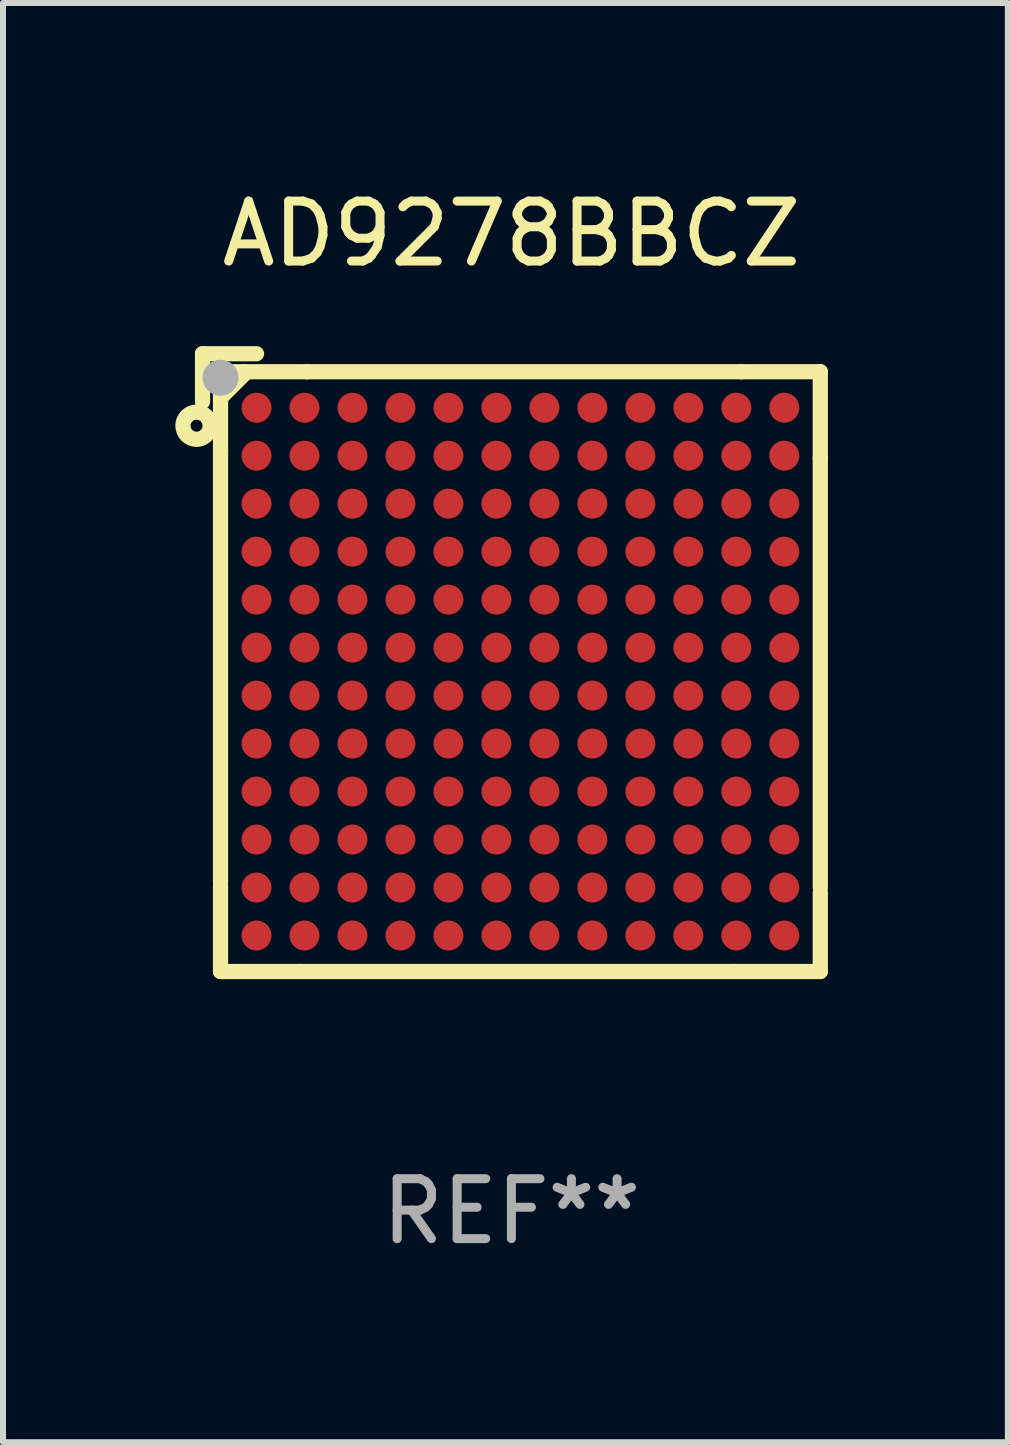
<source format=kicad_pcb>
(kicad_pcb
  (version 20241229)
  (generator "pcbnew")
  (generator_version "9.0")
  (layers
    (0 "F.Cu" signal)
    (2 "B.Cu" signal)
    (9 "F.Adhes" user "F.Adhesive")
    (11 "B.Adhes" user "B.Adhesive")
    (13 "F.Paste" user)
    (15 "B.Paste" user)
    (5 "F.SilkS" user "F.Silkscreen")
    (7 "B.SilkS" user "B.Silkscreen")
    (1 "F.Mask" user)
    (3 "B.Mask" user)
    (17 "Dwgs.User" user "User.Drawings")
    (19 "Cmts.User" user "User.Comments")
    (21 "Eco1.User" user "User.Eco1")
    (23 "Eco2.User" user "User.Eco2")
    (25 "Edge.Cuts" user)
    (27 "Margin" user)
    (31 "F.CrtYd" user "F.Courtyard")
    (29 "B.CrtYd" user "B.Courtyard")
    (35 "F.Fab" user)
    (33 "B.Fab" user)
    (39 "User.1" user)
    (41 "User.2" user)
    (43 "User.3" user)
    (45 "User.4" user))
  (footprint "AD9278BBCZ"
    (layer "F.Cu")
    (at 5.477 7.998)
    (property "Reference" "AD9278BBCZ" (at 0 -7.15 0) (layer "F.SilkS") (effects (font (size 1 1) (thickness 0.15))))
    (attr through_hole)
    (fp_line (start -5.15 -5.15) (end -5.15 -4.35) (stroke (width 0.254) (type solid)) (layer "F.SilkS"))
    (fp_line (start -4.85 -4.85) (end -4.85 -3.533) (stroke (width 0.254) (type solid)) (layer "F.SilkS"))
    (fp_line (start -4.85 -4.85) (end -3.406 -4.85) (stroke (width 0.254) (type solid)) (layer "F.SilkS"))
    (fp_line (start -4.85 -3.533) (end -4.85 3.65) (stroke (width 0.254) (type solid)) (layer "F.SilkS"))
    (fp_line (start -4.85 5.15) (end -4.85 3.706) (stroke (width 0.254) (type solid)) (layer "F.SilkS"))
    (fp_line (start -4.85 5.15) (end -3.533 5.15) (stroke (width 0.254) (type solid)) (layer "F.SilkS"))
    (fp_line (start -4.45 -4.85) (end -4.45 -4.814) (stroke (width 0.254) (type solid)) (layer "F.SilkS"))
    (fp_line (start -4.45 -4.814) (end -4.85 -4.414) (stroke (width 0.254) (type solid)) (layer "F.SilkS"))
    (fp_line (start -4.25 -5.15) (end -5.15 -5.15) (stroke (width 0.254) (type solid)) (layer "F.SilkS"))
    (fp_line (start -3.533 5.15) (end 3.706 5.15) (stroke (width 0.254) (type solid)) (layer "F.SilkS"))
    (fp_line (start -3.406 -4.85) (end 3.833 -4.85) (stroke (width 0.254) (type solid)) (layer "F.SilkS"))
    (fp_line (start 5.15 -4.85) (end 3.833 -4.85) (stroke (width 0.254) (type solid)) (layer "F.SilkS"))
    (fp_line (start 5.15 -4.85) (end 5.15 -3.406) (stroke (width 0.254) (type solid)) (layer "F.SilkS"))
    (fp_line (start 5.15 -3.406) (end 5.15 3.75) (stroke (width 0.254) (type solid)) (layer "F.SilkS"))
    (fp_line (start 5.15 5.15) (end 3.706 5.15) (stroke (width 0.254) (type solid)) (layer "F.SilkS"))
    (fp_line (start 5.15 5.15) (end 5.15 3.833) (stroke (width 0.254) (type solid)) (layer "F.SilkS"))
    (fp_circle (center -5.25 -3.95) (end -5.15 -3.95) (stroke (width 0.254) (type solid)) (fill no) (layer "F.SilkS"))
    (fp_circle (center -4.85 -4.85) (end -4.82 -4.85) (stroke (width 0.06) (type solid)) (fill no) (layer "F.SilkS"))
    (fp_circle (center -4.85 -4.75) (end -4.7 -4.75) (stroke (width 0.3) (type solid)) (fill no) (layer "F.Fab"))
    (fp_text user "REF**" (at 0 9.15 0) (layer "F.Fab") (effects (font (size 1 1) (thickness 0.15))))
    (pad "A1" smd circle (at -4.25 -4.25) (size 0.5 0.5) (layers "F.Cu" "F.Mask" "F.Paste"))
    (pad "A2" smd circle (at -3.45 -4.25) (size 0.5 0.5) (layers "F.Cu" "F.Mask" "F.Paste"))
    (pad "A3" smd circle (at -2.65 -4.25) (size 0.5 0.5) (layers "F.Cu" "F.Mask" "F.Paste"))
    (pad "A4" smd circle (at -1.85 -4.25) (size 0.5 0.5) (layers "F.Cu" "F.Mask" "F.Paste"))
    (pad "A5" smd circle (at -1.05 -4.25) (size 0.5 0.5) (layers "F.Cu" "F.Mask" "F.Paste"))
    (pad "A6" smd circle (at -0.25 -4.25) (size 0.5 0.5) (layers "F.Cu" "F.Mask" "F.Paste"))
    (pad "A7" smd circle (at 0.55 -4.25) (size 0.5 0.5) (layers "F.Cu" "F.Mask" "F.Paste"))
    (pad "A8" smd circle (at 1.35 -4.25) (size 0.5 0.5) (layers "F.Cu" "F.Mask" "F.Paste"))
    (pad "A9" smd circle (at 2.15 -4.25) (size 0.5 0.5) (layers "F.Cu" "F.Mask" "F.Paste"))
    (pad "A10" smd circle (at 2.95 -4.25) (size 0.5 0.5) (layers "F.Cu" "F.Mask" "F.Paste"))
    (pad "A11" smd circle (at 3.75 -4.25) (size 0.5 0.5) (layers "F.Cu" "F.Mask" "F.Paste"))
    (pad "A12" smd circle (at 4.55 -4.25) (size 0.5 0.5) (layers "F.Cu" "F.Mask" "F.Paste"))
    (pad "B1" smd circle (at -4.25 -3.45) (size 0.5 0.5) (layers "F.Cu" "F.Mask" "F.Paste"))
    (pad "B2" smd circle (at -3.45 -3.45) (size 0.5 0.5) (layers "F.Cu" "F.Mask" "F.Paste"))
    (pad "B3" smd circle (at -2.65 -3.45) (size 0.5 0.5) (layers "F.Cu" "F.Mask" "F.Paste"))
    (pad "B4" smd circle (at -1.85 -3.45) (size 0.5 0.5) (layers "F.Cu" "F.Mask" "F.Paste"))
    (pad "B5" smd circle (at -1.05 -3.45) (size 0.5 0.5) (layers "F.Cu" "F.Mask" "F.Paste"))
    (pad "B6" smd circle (at -0.25 -3.45) (size 0.5 0.5) (layers "F.Cu" "F.Mask" "F.Paste"))
    (pad "B7" smd circle (at 0.55 -3.45) (size 0.5 0.5) (layers "F.Cu" "F.Mask" "F.Paste"))
    (pad "B8" smd circle (at 1.35 -3.45) (size 0.5 0.5) (layers "F.Cu" "F.Mask" "F.Paste"))
    (pad "B9" smd circle (at 2.15 -3.45) (size 0.5 0.5) (layers "F.Cu" "F.Mask" "F.Paste"))
    (pad "B10" smd circle (at 2.95 -3.45) (size 0.5 0.5) (layers "F.Cu" "F.Mask" "F.Paste"))
    (pad "B11" smd circle (at 3.75 -3.45) (size 0.5 0.5) (layers "F.Cu" "F.Mask" "F.Paste"))
    (pad "B12" smd circle (at 4.55 -3.45) (size 0.5 0.5) (layers "F.Cu" "F.Mask" "F.Paste"))
    (pad "C1" smd circle (at -4.25 -2.65) (size 0.5 0.5) (layers "F.Cu" "F.Mask" "F.Paste"))
    (pad "C2" smd circle (at -3.45 -2.65) (size 0.5 0.5) (layers "F.Cu" "F.Mask" "F.Paste"))
    (pad "C3" smd circle (at -2.65 -2.65) (size 0.5 0.5) (layers "F.Cu" "F.Mask" "F.Paste"))
    (pad "C4" smd circle (at -1.85 -2.65) (size 0.5 0.5) (layers "F.Cu" "F.Mask" "F.Paste"))
    (pad "C5" smd circle (at -1.05 -2.65) (size 0.5 0.5) (layers "F.Cu" "F.Mask" "F.Paste"))
    (pad "C6" smd circle (at -0.25 -2.65) (size 0.5 0.5) (layers "F.Cu" "F.Mask" "F.Paste"))
    (pad "C7" smd circle (at 0.55 -2.65) (size 0.5 0.5) (layers "F.Cu" "F.Mask" "F.Paste"))
    (pad "C8" smd circle (at 1.35 -2.65) (size 0.5 0.5) (layers "F.Cu" "F.Mask" "F.Paste"))
    (pad "C9" smd circle (at 2.15 -2.65) (size 0.5 0.5) (layers "F.Cu" "F.Mask" "F.Paste"))
    (pad "C10" smd circle (at 2.95 -2.65) (size 0.5 0.5) (layers "F.Cu" "F.Mask" "F.Paste"))
    (pad "C11" smd circle (at 3.75 -2.65) (size 0.5 0.5) (layers "F.Cu" "F.Mask" "F.Paste"))
    (pad "C12" smd circle (at 4.55 -2.65) (size 0.5 0.5) (layers "F.Cu" "F.Mask" "F.Paste"))
    (pad "D1" smd circle (at -4.25 -1.85) (size 0.5 0.5) (layers "F.Cu" "F.Mask" "F.Paste"))
    (pad "D2" smd circle (at -3.45 -1.85) (size 0.5 0.5) (layers "F.Cu" "F.Mask" "F.Paste"))
    (pad "D3" smd circle (at -2.65 -1.85) (size 0.5 0.5) (layers "F.Cu" "F.Mask" "F.Paste"))
    (pad "D4" smd circle (at -1.85 -1.85) (size 0.5 0.5) (layers "F.Cu" "F.Mask" "F.Paste"))
    (pad "D5" smd circle (at -1.05 -1.85) (size 0.5 0.5) (layers "F.Cu" "F.Mask" "F.Paste"))
    (pad "D6" smd circle (at -0.25 -1.85) (size 0.5 0.5) (layers "F.Cu" "F.Mask" "F.Paste"))
    (pad "D7" smd circle (at 0.55 -1.85) (size 0.5 0.5) (layers "F.Cu" "F.Mask" "F.Paste"))
    (pad "D8" smd circle (at 1.35 -1.85) (size 0.5 0.5) (layers "F.Cu" "F.Mask" "F.Paste"))
    (pad "D9" smd circle (at 2.15 -1.85) (size 0.5 0.5) (layers "F.Cu" "F.Mask" "F.Paste"))
    (pad "D10" smd circle (at 2.95 -1.85) (size 0.5 0.5) (layers "F.Cu" "F.Mask" "F.Paste"))
    (pad "D11" smd circle (at 3.75 -1.85) (size 0.5 0.5) (layers "F.Cu" "F.Mask" "F.Paste"))
    (pad "D12" smd circle (at 4.55 -1.85) (size 0.5 0.5) (layers "F.Cu" "F.Mask" "F.Paste"))
    (pad "E1" smd circle (at -4.25 -1.05) (size 0.5 0.5) (layers "F.Cu" "F.Mask" "F.Paste"))
    (pad "E2" smd circle (at -3.45 -1.05) (size 0.5 0.5) (layers "F.Cu" "F.Mask" "F.Paste"))
    (pad "E3" smd circle (at -2.65 -1.05) (size 0.5 0.5) (layers "F.Cu" "F.Mask" "F.Paste"))
    (pad "E4" smd circle (at -1.85 -1.05) (size 0.5 0.5) (layers "F.Cu" "F.Mask" "F.Paste"))
    (pad "E5" smd circle (at -1.05 -1.05) (size 0.5 0.5) (layers "F.Cu" "F.Mask" "F.Paste"))
    (pad "E6" smd circle (at -0.25 -1.05) (size 0.5 0.5) (layers "F.Cu" "F.Mask" "F.Paste"))
    (pad "E7" smd circle (at 0.55 -1.05) (size 0.5 0.5) (layers "F.Cu" "F.Mask" "F.Paste"))
    (pad "E8" smd circle (at 1.35 -1.05) (size 0.5 0.5) (layers "F.Cu" "F.Mask" "F.Paste"))
    (pad "E9" smd circle (at 2.15 -1.05) (size 0.5 0.5) (layers "F.Cu" "F.Mask" "F.Paste"))
    (pad "E10" smd circle (at 2.95 -1.05) (size 0.5 0.5) (layers "F.Cu" "F.Mask" "F.Paste"))
    (pad "E11" smd circle (at 3.75 -1.05) (size 0.5 0.5) (layers "F.Cu" "F.Mask" "F.Paste"))
    (pad "E12" smd circle (at 4.55 -1.05) (size 0.5 0.5) (layers "F.Cu" "F.Mask" "F.Paste"))
    (pad "F1" smd circle (at -4.25 -0.25) (size 0.5 0.5) (layers "F.Cu" "F.Mask" "F.Paste"))
    (pad "F2" smd circle (at -3.45 -0.25) (size 0.5 0.5) (layers "F.Cu" "F.Mask" "F.Paste"))
    (pad "F3" smd circle (at -2.65 -0.25) (size 0.5 0.5) (layers "F.Cu" "F.Mask" "F.Paste"))
    (pad "F4" smd circle (at -1.85 -0.25) (size 0.5 0.5) (layers "F.Cu" "F.Mask" "F.Paste"))
    (pad "F5" smd circle (at -1.05 -0.25) (size 0.5 0.5) (layers "F.Cu" "F.Mask" "F.Paste"))
    (pad "F6" smd circle (at -0.25 -0.25) (size 0.5 0.5) (layers "F.Cu" "F.Mask" "F.Paste"))
    (pad "F7" smd circle (at 0.55 -0.25) (size 0.5 0.5) (layers "F.Cu" "F.Mask" "F.Paste"))
    (pad "F8" smd circle (at 1.35 -0.25) (size 0.5 0.5) (layers "F.Cu" "F.Mask" "F.Paste"))
    (pad "F9" smd circle (at 2.15 -0.25) (size 0.5 0.5) (layers "F.Cu" "F.Mask" "F.Paste"))
    (pad "F10" smd circle (at 2.95 -0.25) (size 0.5 0.5) (layers "F.Cu" "F.Mask" "F.Paste"))
    (pad "F11" smd circle (at 3.75 -0.25) (size 0.5 0.5) (layers "F.Cu" "F.Mask" "F.Paste"))
    (pad "F12" smd circle (at 4.55 -0.25) (size 0.5 0.5) (layers "F.Cu" "F.Mask" "F.Paste"))
    (pad "G1" smd circle (at -4.25 0.55) (size 0.5 0.5) (layers "F.Cu" "F.Mask" "F.Paste"))
    (pad "G2" smd circle (at -3.45 0.55) (size 0.5 0.5) (layers "F.Cu" "F.Mask" "F.Paste"))
    (pad "G3" smd circle (at -2.65 0.55) (size 0.5 0.5) (layers "F.Cu" "F.Mask" "F.Paste"))
    (pad "G4" smd circle (at -1.85 0.55) (size 0.5 0.5) (layers "F.Cu" "F.Mask" "F.Paste"))
    (pad "G5" smd circle (at -1.05 0.55) (size 0.5 0.5) (layers "F.Cu" "F.Mask" "F.Paste"))
    (pad "G6" smd circle (at -0.25 0.55) (size 0.5 0.5) (layers "F.Cu" "F.Mask" "F.Paste"))
    (pad "G7" smd circle (at 0.55 0.55) (size 0.5 0.5) (layers "F.Cu" "F.Mask" "F.Paste"))
    (pad "G8" smd circle (at 1.35 0.55) (size 0.5 0.5) (layers "F.Cu" "F.Mask" "F.Paste"))
    (pad "G9" smd circle (at 2.15 0.55) (size 0.5 0.5) (layers "F.Cu" "F.Mask" "F.Paste"))
    (pad "G10" smd circle (at 2.95 0.55) (size 0.5 0.5) (layers "F.Cu" "F.Mask" "F.Paste"))
    (pad "G11" smd circle (at 3.75 0.55) (size 0.5 0.5) (layers "F.Cu" "F.Mask" "F.Paste"))
    (pad "G12" smd circle (at 4.55 0.55) (size 0.5 0.5) (layers "F.Cu" "F.Mask" "F.Paste"))
    (pad "H1" smd circle (at -4.25 1.35) (size 0.5 0.5) (layers "F.Cu" "F.Mask" "F.Paste"))
    (pad "H2" smd circle (at -3.45 1.35) (size 0.5 0.5) (layers "F.Cu" "F.Mask" "F.Paste"))
    (pad "H3" smd circle (at -2.65 1.35) (size 0.5 0.5) (layers "F.Cu" "F.Mask" "F.Paste"))
    (pad "H4" smd circle (at -1.85 1.35) (size 0.5 0.5) (layers "F.Cu" "F.Mask" "F.Paste"))
    (pad "H5" smd circle (at -1.05 1.35) (size 0.5 0.5) (layers "F.Cu" "F.Mask" "F.Paste"))
    (pad "H6" smd circle (at -0.25 1.35) (size 0.5 0.5) (layers "F.Cu" "F.Mask" "F.Paste"))
    (pad "H7" smd circle (at 0.55 1.35) (size 0.5 0.5) (layers "F.Cu" "F.Mask" "F.Paste"))
    (pad "H8" smd circle (at 1.35 1.35) (size 0.5 0.5) (layers "F.Cu" "F.Mask" "F.Paste"))
    (pad "H9" smd circle (at 2.15 1.35) (size 0.5 0.5) (layers "F.Cu" "F.Mask" "F.Paste"))
    (pad "H10" smd circle (at 2.95 1.35) (size 0.5 0.5) (layers "F.Cu" "F.Mask" "F.Paste"))
    (pad "H11" smd circle (at 3.75 1.35) (size 0.5 0.5) (layers "F.Cu" "F.Mask" "F.Paste"))
    (pad "H12" smd circle (at 4.55 1.35) (size 0.5 0.5) (layers "F.Cu" "F.Mask" "F.Paste"))
    (pad "J1" smd circle (at -4.25 2.15) (size 0.5 0.5) (layers "F.Cu" "F.Mask" "F.Paste"))
    (pad "J2" smd circle (at -3.45 2.15) (size 0.5 0.5) (layers "F.Cu" "F.Mask" "F.Paste"))
    (pad "J3" smd circle (at -2.65 2.15) (size 0.5 0.5) (layers "F.Cu" "F.Mask" "F.Paste"))
    (pad "J4" smd circle (at -1.85 2.15) (size 0.5 0.5) (layers "F.Cu" "F.Mask" "F.Paste"))
    (pad "J5" smd circle (at -1.05 2.15) (size 0.5 0.5) (layers "F.Cu" "F.Mask" "F.Paste"))
    (pad "J6" smd circle (at -0.25 2.15) (size 0.5 0.5) (layers "F.Cu" "F.Mask" "F.Paste"))
    (pad "J7" smd circle (at 0.55 2.15) (size 0.5 0.5) (layers "F.Cu" "F.Mask" "F.Paste"))
    (pad "J8" smd circle (at 1.35 2.15) (size 0.5 0.5) (layers "F.Cu" "F.Mask" "F.Paste"))
    (pad "J9" smd circle (at 2.15 2.15) (size 0.5 0.5) (layers "F.Cu" "F.Mask" "F.Paste"))
    (pad "J10" smd circle (at 2.95 2.15) (size 0.5 0.5) (layers "F.Cu" "F.Mask" "F.Paste"))
    (pad "J11" smd circle (at 3.75 2.15) (size 0.5 0.5) (layers "F.Cu" "F.Mask" "F.Paste"))
    (pad "J12" smd circle (at 4.55 2.15) (size 0.5 0.5) (layers "F.Cu" "F.Mask" "F.Paste"))
    (pad "K1" smd circle (at -4.25 2.95) (size 0.5 0.5) (layers "F.Cu" "F.Mask" "F.Paste"))
    (pad "K2" smd circle (at -3.45 2.95) (size 0.5 0.5) (layers "F.Cu" "F.Mask" "F.Paste"))
    (pad "K3" smd circle (at -2.65 2.95) (size 0.5 0.5) (layers "F.Cu" "F.Mask" "F.Paste"))
    (pad "K4" smd circle (at -1.85 2.95) (size 0.5 0.5) (layers "F.Cu" "F.Mask" "F.Paste"))
    (pad "K5" smd circle (at -1.05 2.95) (size 0.5 0.5) (layers "F.Cu" "F.Mask" "F.Paste"))
    (pad "K6" smd circle (at -0.25 2.95) (size 0.5 0.5) (layers "F.Cu" "F.Mask" "F.Paste"))
    (pad "K7" smd circle (at 0.55 2.95) (size 0.5 0.5) (layers "F.Cu" "F.Mask" "F.Paste"))
    (pad "K8" smd circle (at 1.35 2.95) (size 0.5 0.5) (layers "F.Cu" "F.Mask" "F.Paste"))
    (pad "K9" smd circle (at 2.15 2.95) (size 0.5 0.5) (layers "F.Cu" "F.Mask" "F.Paste"))
    (pad "K10" smd circle (at 2.95 2.95) (size 0.5 0.5) (layers "F.Cu" "F.Mask" "F.Paste"))
    (pad "K11" smd circle (at 3.75 2.95) (size 0.5 0.5) (layers "F.Cu" "F.Mask" "F.Paste"))
    (pad "K12" smd circle (at 4.55 2.95) (size 0.5 0.5) (layers "F.Cu" "F.Mask" "F.Paste"))
    (pad "L1" smd circle (at -4.25 3.75) (size 0.5 0.5) (layers "F.Cu" "F.Mask" "F.Paste"))
    (pad "L2" smd circle (at -3.45 3.75) (size 0.5 0.5) (layers "F.Cu" "F.Mask" "F.Paste"))
    (pad "L3" smd circle (at -2.65 3.75) (size 0.5 0.5) (layers "F.Cu" "F.Mask" "F.Paste"))
    (pad "L4" smd circle (at -1.85 3.75) (size 0.5 0.5) (layers "F.Cu" "F.Mask" "F.Paste"))
    (pad "L5" smd circle (at -1.05 3.75) (size 0.5 0.5) (layers "F.Cu" "F.Mask" "F.Paste"))
    (pad "L6" smd circle (at -0.25 3.75) (size 0.5 0.5) (layers "F.Cu" "F.Mask" "F.Paste"))
    (pad "L7" smd circle (at 0.55 3.75) (size 0.5 0.5) (layers "F.Cu" "F.Mask" "F.Paste"))
    (pad "L8" smd circle (at 1.35 3.75) (size 0.5 0.5) (layers "F.Cu" "F.Mask" "F.Paste"))
    (pad "L9" smd circle (at 2.15 3.75) (size 0.5 0.5) (layers "F.Cu" "F.Mask" "F.Paste"))
    (pad "L10" smd circle (at 2.95 3.75) (size 0.5 0.5) (layers "F.Cu" "F.Mask" "F.Paste"))
    (pad "L11" smd circle (at 3.75 3.75) (size 0.5 0.5) (layers "F.Cu" "F.Mask" "F.Paste"))
    (pad "L12" smd circle (at 4.55 3.75) (size 0.5 0.5) (layers "F.Cu" "F.Mask" "F.Paste"))
    (pad "M1" smd circle (at -4.25 4.55) (size 0.5 0.5) (layers "F.Cu" "F.Mask" "F.Paste"))
    (pad "M2" smd circle (at -3.45 4.55) (size 0.5 0.5) (layers "F.Cu" "F.Mask" "F.Paste"))
    (pad "M3" smd circle (at -2.65 4.55) (size 0.5 0.5) (layers "F.Cu" "F.Mask" "F.Paste"))
    (pad "M4" smd circle (at -1.85 4.55) (size 0.5 0.5) (layers "F.Cu" "F.Mask" "F.Paste"))
    (pad "M5" smd circle (at -1.05 4.55) (size 0.5 0.5) (layers "F.Cu" "F.Mask" "F.Paste"))
    (pad "M6" smd circle (at -0.25 4.55) (size 0.5 0.5) (layers "F.Cu" "F.Mask" "F.Paste"))
    (pad "M7" smd circle (at 0.55 4.55) (size 0.5 0.5) (layers "F.Cu" "F.Mask" "F.Paste"))
    (pad "M8" smd circle (at 1.35 4.55) (size 0.5 0.5) (layers "F.Cu" "F.Mask" "F.Paste"))
    (pad "M9" smd circle (at 2.15 4.55) (size 0.5 0.5) (layers "F.Cu" "F.Mask" "F.Paste"))
    (pad "M10" smd circle (at 2.95 4.55) (size 0.5 0.5) (layers "F.Cu" "F.Mask" "F.Paste"))
    (pad "M11" smd circle (at 3.75 4.55) (size 0.5 0.5) (layers "F.Cu" "F.Mask" "F.Paste"))
    (pad "M12" smd circle (at 4.55 4.55) (size 0.5 0.5) (layers "F.Cu" "F.Mask" "F.Paste")))
  (gr_rect
    (start -3 -3)
    (end 13.754 20.997)
    (stroke (width 0.1) (type default))
    (fill no)
    (layer "Edge.Cuts")))
</source>
